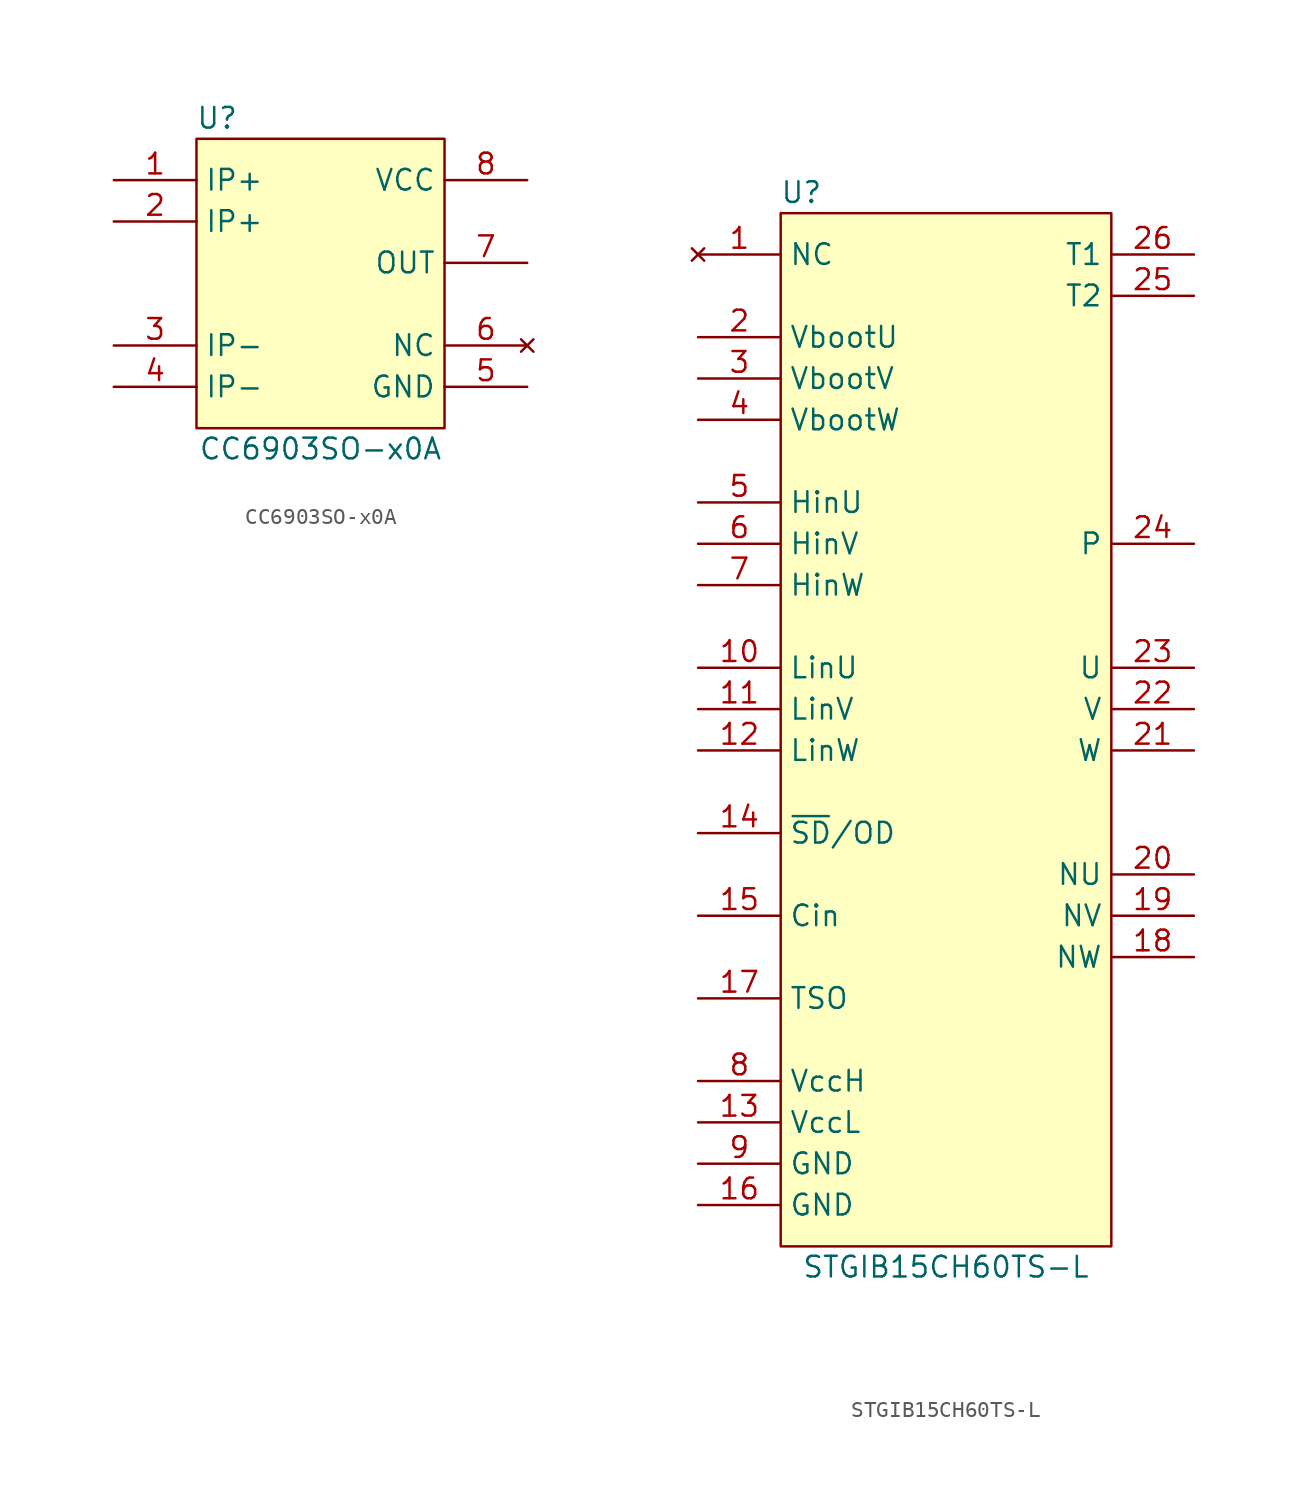
<source format=kicad_sym>
(kicad_symbol_lib
  (version 20211014)
  (generator kicad_symbol_editor)
  (symbol "CC6903SO-x0A"
    (property "Reference" "U"
      (at 1.27 3.81 0)
      (effects (font (size 1.27 1.27))))
    (property "Value" "CC6903SO-x0A"
      (at 7.62 -16.51 0)
      (effects (font (size 1.27 1.27))))
    (symbol "CC6903SO-x0A_0_1"
      (rectangle (start 0 2.54) (end 15.24 -15.24) (stroke (width 0) (type default) (color 0 0 0 0)) (fill (type background))))
    (symbol "CC6903SO-x0A_1_1"
      (pin bidirectional line (at -5.08 0 0) (length 5.08) (name "IP+" (effects (font (size 1.27 1.27)))) (number "1" (effects (font (size 1.27 1.27)))))
      (pin bidirectional line (at -5.08 -2.54 0) (length 5.08) (name "IP+" (effects (font (size 1.27 1.27)))) (number "2" (effects (font (size 1.27 1.27)))))
      (pin bidirectional line (at -5.08 -10.16 0) (length 5.08) (name "IP-" (effects (font (size 1.27 1.27)))) (number "3" (effects (font (size 1.27 1.27)))))
      (pin bidirectional line (at -5.08 -12.7 0) (length 5.08) (name "IP-" (effects (font (size 1.27 1.27)))) (number "4" (effects (font (size 1.27 1.27)))))
      (pin bidirectional line (at 20.32 -12.7 180) (length 5.08) (name "GND" (effects (font (size 1.27 1.27)))) (number "5" (effects (font (size 1.27 1.27)))))
      (pin no_connect line (at 20.32 -10.16 180) (length 5.08) (name "NC" (effects (font (size 1.27 1.27)))) (number "6" (effects (font (size 1.27 1.27)))))
      (pin bidirectional line (at 20.32 -5.08 180) (length 5.08) (name "OUT" (effects (font (size 1.27 1.27)))) (number "7" (effects (font (size 1.27 1.27)))))
      (pin bidirectional line (at 20.32 0 180) (length 5.08) (name "VCC" (effects (font (size 1.27 1.27)))) (number "8" (effects (font (size 1.27 1.27)))))))
  (symbol "STGIB15CH60TS-L"
    (property "Reference" "U"
      (at 1.27 3.81 0)
      (effects (font (size 1.27 1.27))))
    (property "Value" "STGIB15CH60TS-L"
      (at 10.16 -62.23 0)
      (effects (font (size 1.27 1.27))))
    (symbol "STGIB15CH60TS-L_0_1"
      (rectangle (start 0 2.54) (end 20.32 -60.96) (stroke (width 0) (type default) (color 0 0 0 0)) (fill (type background))))
    (symbol "STGIB15CH60TS-L_1_1"
      (pin no_connect line (at -5.08 0 0) (length 5.08) (name "NC" (effects (font (size 1.27 1.27)))) (number "1" (effects (font (size 1.27 1.27)))))
      (pin input line (at -5.08 -25.4 0) (length 5.08) (name "LinU" (effects (font (size 1.27 1.27)))) (number "10" (effects (font (size 1.27 1.27)))))
      (pin input line (at -5.08 -27.94 0) (length 5.08) (name "LinV" (effects (font (size 1.27 1.27)))) (number "11" (effects (font (size 1.27 1.27)))))
      (pin input line (at -5.08 -30.48 0) (length 5.08) (name "LinW" (effects (font (size 1.27 1.27)))) (number "12" (effects (font (size 1.27 1.27)))))
      (pin input line (at -5.08 -53.34 0) (length 5.08) (name "VccL" (effects (font (size 1.27 1.27)))) (number "13" (effects (font (size 1.27 1.27)))))
      (pin open_collector line (at -5.08 -35.56 0) (length 5.08) (name "~{SD}/OD" (effects (font (size 1.27 1.27)))) (number "14" (effects (font (size 1.27 1.27)))))
      (pin input line (at -5.08 -40.64 0) (length 5.08) (name "Cin" (effects (font (size 1.27 1.27)))) (number "15" (effects (font (size 1.27 1.27)))))
      (pin input line (at -5.08 -58.42 0) (length 5.08) (name "GND" (effects (font (size 1.27 1.27)))) (number "16" (effects (font (size 1.27 1.27)))))
      (pin input line (at -5.08 -45.72 0) (length 5.08) (name "TSO" (effects (font (size 1.27 1.27)))) (number "17" (effects (font (size 1.27 1.27)))))
      (pin power_out line (at 25.4 -43.18 180) (length 5.08) (name "NW" (effects (font (size 1.27 1.27)))) (number "18" (effects (font (size 1.27 1.27)))))
      (pin power_out line (at 25.4 -40.64 180) (length 5.08) (name "NV" (effects (font (size 1.27 1.27)))) (number "19" (effects (font (size 1.27 1.27)))))
      (pin output line (at -5.08 -5.08 0) (length 5.08) (name "VbootU" (effects (font (size 1.27 1.27)))) (number "2" (effects (font (size 1.27 1.27)))))
      (pin power_out line (at 25.4 -38.1 180) (length 5.08) (name "NU" (effects (font (size 1.27 1.27)))) (number "20" (effects (font (size 1.27 1.27)))))
      (pin power_out line (at 25.4 -30.48 180) (length 5.08) (name "W" (effects (font (size 1.27 1.27)))) (number "21" (effects (font (size 1.27 1.27)))))
      (pin power_out line (at 25.4 -27.94 180) (length 5.08) (name "V" (effects (font (size 1.27 1.27)))) (number "22" (effects (font (size 1.27 1.27)))))
      (pin power_out line (at 25.4 -25.4 180) (length 5.08) (name "U" (effects (font (size 1.27 1.27)))) (number "23" (effects (font (size 1.27 1.27)))))
      (pin power_in line (at 25.4 -17.78 180) (length 5.08) (name "P" (effects (font (size 1.27 1.27)))) (number "24" (effects (font (size 1.27 1.27)))))
      (pin bidirectional line (at 25.4 -2.54 180) (length 5.08) (name "T2" (effects (font (size 1.27 1.27)))) (number "25" (effects (font (size 1.27 1.27)))))
      (pin bidirectional line (at 25.4 0 180) (length 5.08) (name "T1" (effects (font (size 1.27 1.27)))) (number "26" (effects (font (size 1.27 1.27)))))
      (pin output line (at -5.08 -7.62 0) (length 5.08) (name "VbootV" (effects (font (size 1.27 1.27)))) (number "3" (effects (font (size 1.27 1.27)))))
      (pin output line (at -5.08 -10.16 0) (length 5.08) (name "VbootW" (effects (font (size 1.27 1.27)))) (number "4" (effects (font (size 1.27 1.27)))))
      (pin input line (at -5.08 -15.24 0) (length 5.08) (name "HinU" (effects (font (size 1.27 1.27)))) (number "5" (effects (font (size 1.27 1.27)))))
      (pin input line (at -5.08 -17.78 0) (length 5.08) (name "HinV" (effects (font (size 1.27 1.27)))) (number "6" (effects (font (size 1.27 1.27)))))
      (pin input line (at -5.08 -20.32 0) (length 5.08) (name "HinW" (effects (font (size 1.27 1.27)))) (number "7" (effects (font (size 1.27 1.27)))))
      (pin input line (at -5.08 -50.8 0) (length 5.08) (name "VccH" (effects (font (size 1.27 1.27)))) (number "8" (effects (font (size 1.27 1.27)))))
      (pin input line (at -5.08 -55.88 0) (length 5.08) (name "GND" (effects (font (size 1.27 1.27)))) (number "9" (effects (font (size 1.27 1.27))))))))
</source>
